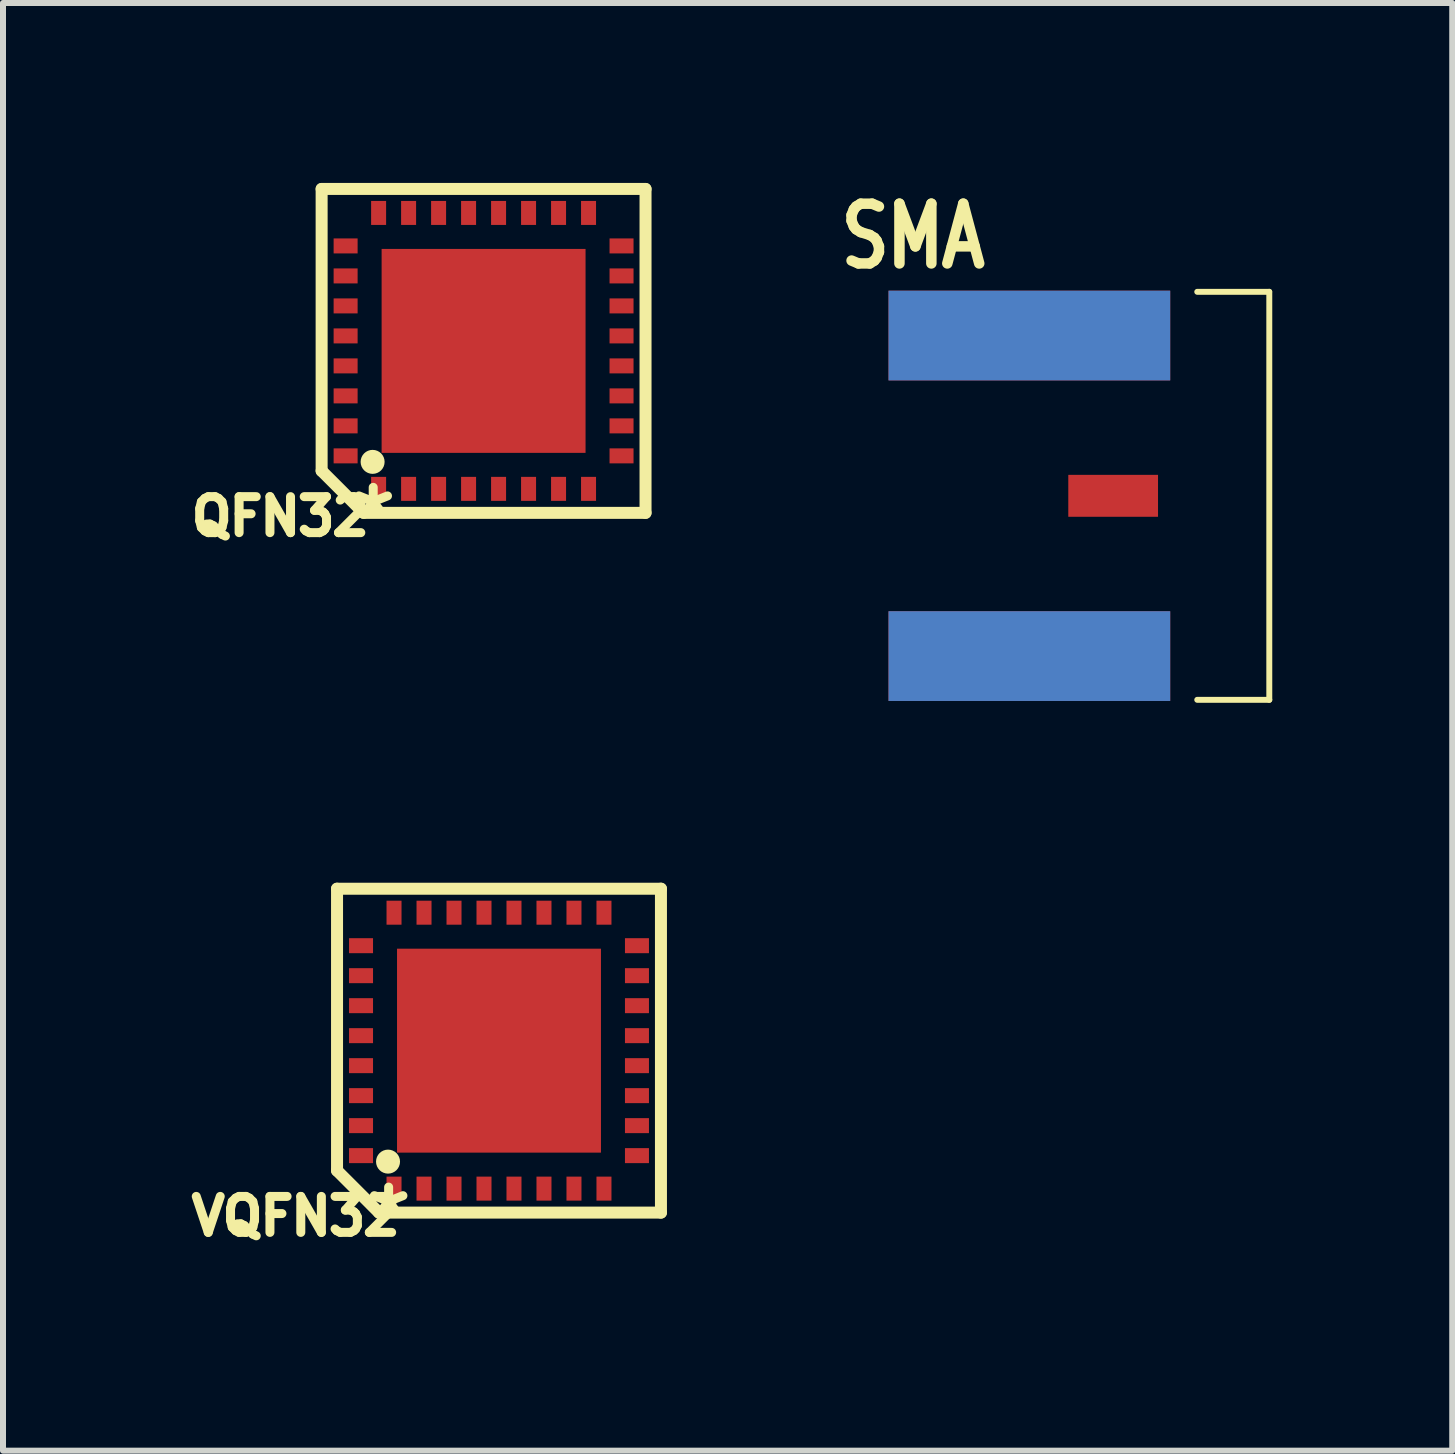
<source format=kicad_pcb>
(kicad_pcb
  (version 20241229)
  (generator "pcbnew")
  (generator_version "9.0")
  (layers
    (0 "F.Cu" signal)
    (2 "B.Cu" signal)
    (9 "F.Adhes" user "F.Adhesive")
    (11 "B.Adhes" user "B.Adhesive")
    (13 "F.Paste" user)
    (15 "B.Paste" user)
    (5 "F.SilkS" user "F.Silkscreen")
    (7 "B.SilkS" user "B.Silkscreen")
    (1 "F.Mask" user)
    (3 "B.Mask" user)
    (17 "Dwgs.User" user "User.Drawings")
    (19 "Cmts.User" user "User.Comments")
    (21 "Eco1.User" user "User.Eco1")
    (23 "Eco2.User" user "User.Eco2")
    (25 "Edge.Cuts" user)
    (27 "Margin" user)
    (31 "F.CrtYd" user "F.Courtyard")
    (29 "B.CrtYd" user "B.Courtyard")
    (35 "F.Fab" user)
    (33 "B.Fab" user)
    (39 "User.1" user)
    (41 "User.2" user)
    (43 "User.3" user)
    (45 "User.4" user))
  (footprint "VQFN32"
    (layer "F.Cu")
    (at 5.269 14.466)
    (property "Reference" "VQFN32" (at -3.39 2.76 0) (layer "F.SilkS") (effects (font (size 0.6 0.6) (thickness 0.15))))
    (attr smd)
    (fp_line (start -2.7 -2.7) (end -2.7 2) (stroke (width 0.2) (type solid)) (layer "F.SilkS"))
    (fp_line (start -2.7 2) (end -2 2.7) (stroke (width 0.2) (type solid)) (layer "F.SilkS"))
    (fp_line (start -2 2.7) (end 2.7 2.7) (stroke (width 0.2) (type solid)) (layer "F.SilkS"))
    (fp_line (start 2.7 -2.7) (end -2.7 -2.7) (stroke (width 0.2) (type solid)) (layer "F.SilkS"))
    (fp_line (start 2.7 2.7) (end 2.7 -2.7) (stroke (width 0.2) (type solid)) (layer "F.SilkS"))
    (fp_circle (center -1.85 1.85) (end -1.75 1.85) (stroke (width 0.2) (type solid)) (fill no) (layer "F.SilkS"))
    (fp_text user "*" (at -1.84 2.82 0) (layer "F.SilkS") (effects (font (size 1 1) (thickness 0.15))))
    (pad "1" smd rect (at -1.75 2.3) (size 0.25 0.4) (layers "F.Cu" "F.Mask" "F.Paste"))
    (pad "2" smd rect (at -1.25 2.3) (size 0.25 0.4) (layers "F.Cu" "F.Mask" "F.Paste"))
    (pad "3" smd rect (at -0.9 -0.9) (size 1 1) (layers "F.Cu" "F.Mask" "F.Paste"))
    (pad "3" smd rect (at -0.9 0.9) (size 1 1) (layers "F.Cu" "F.Mask" "F.Paste"))
    (pad "3" smd rect (at -0.75 2.3) (size 0.25 0.4) (layers "F.Cu" "F.Mask" "F.Paste"))
    (pad "3" smd rect (at 0 0 90) (size 3.4 3.4) (layers "F.Cu" "F.Mask"))
    (pad "3" smd rect (at 0.9 -0.9) (size 1 1) (layers "F.Cu" "F.Mask" "F.Paste"))
    (pad "3" smd rect (at 0.9 0.9) (size 1 1) (layers "F.Cu" "F.Mask" "F.Paste"))
    (pad "4" smd rect (at -0.25 2.3) (size 0.25 0.4) (layers "F.Cu" "F.Mask" "F.Paste"))
    (pad "5" smd rect (at 0.25 2.3) (size 0.25 0.4) (layers "F.Cu" "F.Mask" "F.Paste"))
    (pad "6" smd rect (at 0.75 2.3) (size 0.25 0.4) (layers "F.Cu" "F.Mask" "F.Paste"))
    (pad "7" smd rect (at 1.25 2.3) (size 0.25 0.4) (layers "F.Cu" "F.Mask" "F.Paste"))
    (pad "8" smd rect (at 1.75 2.3) (size 0.25 0.4) (layers "F.Cu" "F.Mask" "F.Paste"))
    (pad "9" smd rect (at 2.3 1.75 90) (size 0.25 0.4) (layers "F.Cu" "F.Mask" "F.Paste"))
    (pad "10" smd rect (at 2.3 1.25 90) (size 0.25 0.4) (layers "F.Cu" "F.Mask" "F.Paste"))
    (pad "11" smd rect (at 2.3 0.75 90) (size 0.25 0.4) (layers "F.Cu" "F.Mask" "F.Paste"))
    (pad "12" smd rect (at 2.3 0.25 90) (size 0.25 0.4) (layers "F.Cu" "F.Mask" "F.Paste"))
    (pad "13" smd rect (at 2.3 -0.25 90) (size 0.25 0.4) (layers "F.Cu" "F.Mask" "F.Paste"))
    (pad "14" smd rect (at 2.3 -0.75 90) (size 0.25 0.4) (layers "F.Cu" "F.Mask" "F.Paste"))
    (pad "15" smd rect (at 2.3 -1.25 90) (size 0.25 0.4) (layers "F.Cu" "F.Mask" "F.Paste"))
    (pad "16" smd rect (at 2.3 -1.75 90) (size 0.25 0.4) (layers "F.Cu" "F.Mask" "F.Paste"))
    (pad "17" smd rect (at 1.75 -2.3) (size 0.25 0.4) (layers "F.Cu" "F.Mask" "F.Paste"))
    (pad "18" smd rect (at 1.25 -2.3) (size 0.25 0.4) (layers "F.Cu" "F.Mask" "F.Paste"))
    (pad "19" smd rect (at 0.75 -2.3) (size 0.25 0.4) (layers "F.Cu" "F.Mask" "F.Paste"))
    (pad "20" smd rect (at 0.25 -2.3) (size 0.25 0.4) (layers "F.Cu" "F.Mask" "F.Paste"))
    (pad "21" smd rect (at -0.25 -2.3) (size 0.25 0.4) (layers "F.Cu" "F.Mask" "F.Paste"))
    (pad "22" smd rect (at -0.75 -2.3) (size 0.25 0.4) (layers "F.Cu" "F.Mask" "F.Paste"))
    (pad "23" smd rect (at -1.25 -2.3) (size 0.25 0.4) (layers "F.Cu" "F.Mask" "F.Paste"))
    (pad "24" smd rect (at -1.75 -2.3) (size 0.25 0.4) (layers "F.Cu" "F.Mask" "F.Paste"))
    (pad "25" smd rect (at -2.3 -1.75 90) (size 0.25 0.4) (layers "F.Cu" "F.Mask" "F.Paste"))
    (pad "26" smd rect (at -2.3 -1.25 90) (size 0.25 0.4) (layers "F.Cu" "F.Mask" "F.Paste"))
    (pad "27" smd rect (at -2.3 -0.75 90) (size 0.25 0.4) (layers "F.Cu" "F.Mask" "F.Paste"))
    (pad "28" smd rect (at -2.3 -0.25 90) (size 0.25 0.4) (layers "F.Cu" "F.Mask" "F.Paste"))
    (pad "29" smd rect (at -2.3 0.25 90) (size 0.25 0.4) (layers "F.Cu" "F.Mask" "F.Paste"))
    (pad "30" smd rect (at -2.3 0.75 90) (size 0.25 0.4) (layers "F.Cu" "F.Mask" "F.Paste"))
    (pad "31" smd rect (at -2.3 1.25 90) (size 0.25 0.4) (layers "F.Cu" "F.Mask" "F.Paste"))
    (pad "32" smd rect (at -2.3 1.75 90) (size 0.25 0.4) (layers "F.Cu" "F.Mask" "F.Paste")))
  (footprint "QFN32"
    (layer "F.Cu")
    (at 5.012 2.8)
    (property "Reference" "QFN32" (at -3.39 2.76 0) (layer "F.SilkS") (effects (font (size 0.6 0.6) (thickness 0.15))))
    (attr smd)
    (fp_line (start -2.7 -2.7) (end -2.7 2) (stroke (width 0.2) (type solid)) (layer "F.SilkS"))
    (fp_line (start -2.7 2) (end -2 2.7) (stroke (width 0.2) (type solid)) (layer "F.SilkS"))
    (fp_line (start -2 2.7) (end 2.7 2.7) (stroke (width 0.2) (type solid)) (layer "F.SilkS"))
    (fp_line (start 2.7 -2.7) (end -2.7 -2.7) (stroke (width 0.2) (type solid)) (layer "F.SilkS"))
    (fp_line (start 2.7 2.7) (end 2.7 -2.7) (stroke (width 0.2) (type solid)) (layer "F.SilkS"))
    (fp_circle (center -1.85 1.85) (end -1.75 1.85) (stroke (width 0.2) (type solid)) (fill no) (layer "F.SilkS"))
    (fp_text user "*" (at -1.84 2.82 0) (layer "F.SilkS") (effects (font (size 1 1) (thickness 0.15))))
    (pad "1" smd rect (at -1.75 2.3) (size 0.25 0.4) (layers "F.Cu" "F.Mask" "F.Paste"))
    (pad "2" smd rect (at -1.25 2.3) (size 0.25 0.4) (layers "F.Cu" "F.Mask" "F.Paste"))
    (pad "3" smd rect (at -0.9 -0.9) (size 1 1) (layers "F.Cu" "F.Mask" "F.Paste"))
    (pad "3" smd rect (at -0.9 0.9) (size 1 1) (layers "F.Cu" "F.Mask" "F.Paste"))
    (pad "3" smd rect (at -0.75 2.3) (size 0.25 0.4) (layers "F.Cu" "F.Mask" "F.Paste"))
    (pad "3" smd rect (at 0 0 90) (size 3.4 3.4) (layers "F.Cu" "F.Mask"))
    (pad "3" smd rect (at 0.9 -0.9) (size 1 1) (layers "F.Cu" "F.Mask" "F.Paste"))
    (pad "3" smd rect (at 0.9 0.9) (size 1 1) (layers "F.Cu" "F.Mask" "F.Paste"))
    (pad "4" smd rect (at -0.25 2.3) (size 0.25 0.4) (layers "F.Cu" "F.Mask" "F.Paste"))
    (pad "5" smd rect (at 0.25 2.3) (size 0.25 0.4) (layers "F.Cu" "F.Mask" "F.Paste"))
    (pad "6" smd rect (at 0.75 2.3) (size 0.25 0.4) (layers "F.Cu" "F.Mask" "F.Paste"))
    (pad "7" smd rect (at 1.25 2.3) (size 0.25 0.4) (layers "F.Cu" "F.Mask" "F.Paste"))
    (pad "8" smd rect (at 1.75 2.3) (size 0.25 0.4) (layers "F.Cu" "F.Mask" "F.Paste"))
    (pad "9" smd rect (at 2.3 1.75 90) (size 0.25 0.4) (layers "F.Cu" "F.Mask" "F.Paste"))
    (pad "10" smd rect (at 2.3 1.25 90) (size 0.25 0.4) (layers "F.Cu" "F.Mask" "F.Paste"))
    (pad "11" smd rect (at 2.3 0.75 90) (size 0.25 0.4) (layers "F.Cu" "F.Mask" "F.Paste"))
    (pad "12" smd rect (at 2.3 0.25 90) (size 0.25 0.4) (layers "F.Cu" "F.Mask" "F.Paste"))
    (pad "13" smd rect (at 2.3 -0.25 90) (size 0.25 0.4) (layers "F.Cu" "F.Mask" "F.Paste"))
    (pad "14" smd rect (at 2.3 -0.75 90) (size 0.25 0.4) (layers "F.Cu" "F.Mask" "F.Paste"))
    (pad "15" smd rect (at 2.3 -1.25 90) (size 0.25 0.4) (layers "F.Cu" "F.Mask" "F.Paste"))
    (pad "16" smd rect (at 2.3 -1.75 90) (size 0.25 0.4) (layers "F.Cu" "F.Mask" "F.Paste"))
    (pad "17" smd rect (at 1.75 -2.3) (size 0.25 0.4) (layers "F.Cu" "F.Mask" "F.Paste"))
    (pad "18" smd rect (at 1.25 -2.3) (size 0.25 0.4) (layers "F.Cu" "F.Mask" "F.Paste"))
    (pad "19" smd rect (at 0.75 -2.3) (size 0.25 0.4) (layers "F.Cu" "F.Mask" "F.Paste"))
    (pad "20" smd rect (at 0.25 -2.3) (size 0.25 0.4) (layers "F.Cu" "F.Mask" "F.Paste"))
    (pad "21" smd rect (at -0.25 -2.3) (size 0.25 0.4) (layers "F.Cu" "F.Mask" "F.Paste"))
    (pad "22" smd rect (at -0.75 -2.3) (size 0.25 0.4) (layers "F.Cu" "F.Mask" "F.Paste"))
    (pad "23" smd rect (at -1.25 -2.3) (size 0.25 0.4) (layers "F.Cu" "F.Mask" "F.Paste"))
    (pad "24" smd rect (at -1.75 -2.3) (size 0.25 0.4) (layers "F.Cu" "F.Mask" "F.Paste"))
    (pad "25" smd rect (at -2.3 -1.75 90) (size 0.25 0.4) (layers "F.Cu" "F.Mask" "F.Paste"))
    (pad "26" smd rect (at -2.3 -1.25 90) (size 0.25 0.4) (layers "F.Cu" "F.Mask" "F.Paste"))
    (pad "27" smd rect (at -2.3 -0.75 90) (size 0.25 0.4) (layers "F.Cu" "F.Mask" "F.Paste"))
    (pad "28" smd rect (at -2.3 -0.25 90) (size 0.25 0.4) (layers "F.Cu" "F.Mask" "F.Paste"))
    (pad "29" smd rect (at -2.3 0.25 90) (size 0.25 0.4) (layers "F.Cu" "F.Mask" "F.Paste"))
    (pad "30" smd rect (at -2.3 0.75 90) (size 0.25 0.4) (layers "F.Cu" "F.Mask" "F.Paste"))
    (pad "31" smd rect (at -2.3 1.25 90) (size 0.25 0.4) (layers "F.Cu" "F.Mask" "F.Paste"))
    (pad "32" smd rect (at -2.3 1.75 90) (size 0.25 0.4) (layers "F.Cu" "F.Mask" "F.Paste")))
  (footprint "SMA"
    (layer "F.Cu")
    (at 14.111 5.216)
    (property "Reference" "SMA" (at -1.938 -4.326 0) (layer "F.SilkS") (effects (font (size 0.996 0.798) (thickness 0.175))))
    (attr through_hole)
    (fp_line (start 2.799 -3.401) (end 3.998 -3.401) (stroke (width 0.099) (type solid)) (layer "F.SilkS"))
    (fp_line (start 4 -3.401) (end 4 3.401) (stroke (width 0.099) (type solid)) (layer "F.SilkS"))
    (fp_line (start 4 3.401) (end 2.799 3.401) (stroke (width 0.099) (type solid)) (layer "F.SilkS"))
    (pad "1" smd rect (at 1.397 0) (size 1.496 0.699) (layers "F.Cu" "F.Mask" "F.Paste"))
    (pad "2" smd rect (at 0 2.672) (size 4.696 1.496) (layers "F.Cu" "F.Mask" "F.Paste"))
    (pad "3" smd rect (at 0 -2.672) (size 4.696 1.496) (layers "F.Cu" "F.Mask" "F.Paste"))
    (pad "4" smd rect (at 0 2.672) (size 4.696 1.496) (layers "B.Cu" "B.Mask" "B.Paste"))
    (pad "5" smd rect (at 0 -2.672) (size 4.696 1.496) (layers "B.Cu" "B.Mask" "B.Paste")))
  (gr_rect
    (start -3 -3)
    (end 21.161 21.135)
    (stroke (width 0.1) (type default))
    (fill no)
    (layer "Edge.Cuts")))
</source>
